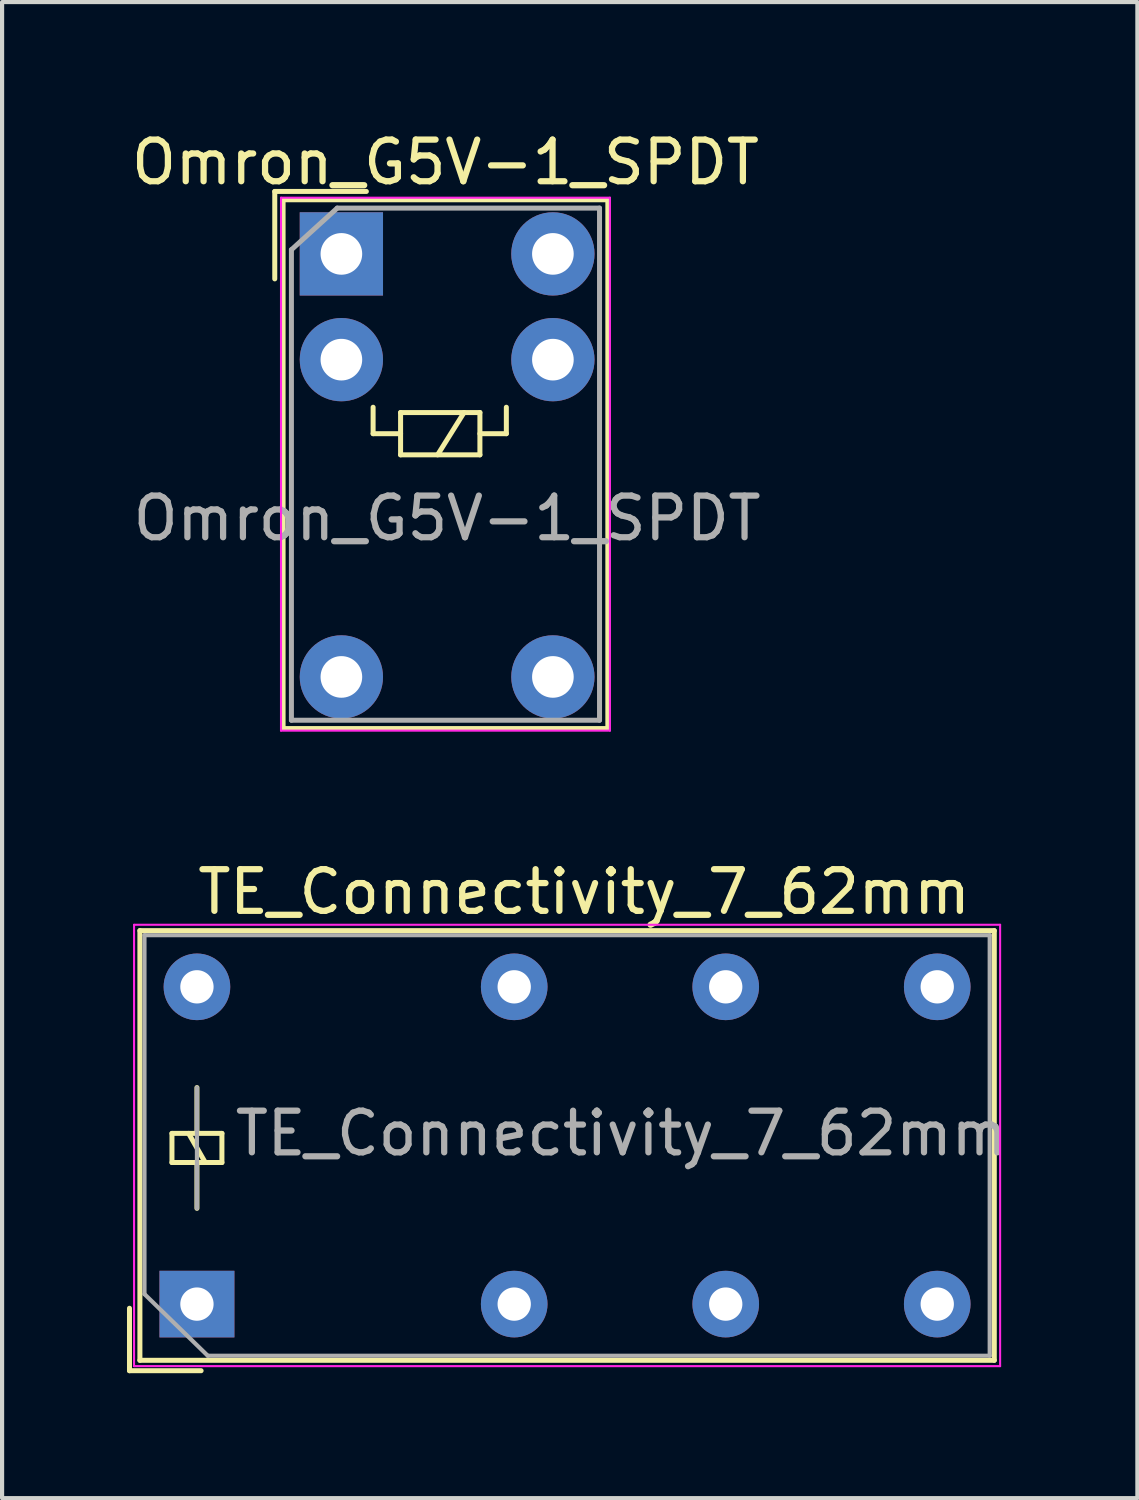
<source format=kicad_pcb>
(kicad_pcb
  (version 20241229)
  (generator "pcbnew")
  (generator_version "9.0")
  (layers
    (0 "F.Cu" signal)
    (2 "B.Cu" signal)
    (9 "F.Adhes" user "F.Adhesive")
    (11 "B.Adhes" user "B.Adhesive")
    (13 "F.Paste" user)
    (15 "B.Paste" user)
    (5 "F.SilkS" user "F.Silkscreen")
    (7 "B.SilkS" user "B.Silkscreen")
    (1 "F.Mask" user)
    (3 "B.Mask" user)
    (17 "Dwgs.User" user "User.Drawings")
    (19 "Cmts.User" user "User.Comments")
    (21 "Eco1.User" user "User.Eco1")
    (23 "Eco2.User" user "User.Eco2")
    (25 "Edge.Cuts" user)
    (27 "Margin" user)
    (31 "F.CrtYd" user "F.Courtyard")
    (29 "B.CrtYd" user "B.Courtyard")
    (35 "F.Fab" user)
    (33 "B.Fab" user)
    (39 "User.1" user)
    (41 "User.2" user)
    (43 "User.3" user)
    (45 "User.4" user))
  (footprint "Omron_G5V-1_SPDT"
    (layer "F.Cu")
    (at 5.149 3.048)
    (property "Reference" "Omron_G5V-1_SPDT" (at 2.5 -2.2 0) (layer "F.SilkS") (effects (font (size 1 1) (thickness 0.15))))
    (attr through_hole)
    (fp_line (start -1.6 -1.5) (end 0.6 -1.5) (stroke (width 0.12) (type solid)) (layer "F.SilkS"))
    (fp_line (start -1.6 0.6) (end -1.6 -1.5) (stroke (width 0.12) (type solid)) (layer "F.SilkS"))
    (fp_line (start -1.4 -1.3) (end 6.4 -1.3) (stroke (width 0.12) (type solid)) (layer "F.SilkS"))
    (fp_line (start -1.4 11.4) (end -1.4 -1.3) (stroke (width 0.12) (type solid)) (layer "F.SilkS"))
    (fp_line (start 0.762 3.683) (end 0.762 4.318) (stroke (width 0.12) (type solid)) (layer "F.SilkS"))
    (fp_line (start 0.762 4.318) (end 1.422 4.318) (stroke (width 0.12) (type solid)) (layer "F.SilkS"))
    (fp_line (start 1.422 3.81) (end 1.422 4.826) (stroke (width 0.12) (type solid)) (layer "F.SilkS"))
    (fp_line (start 1.422 4.826) (end 3.327 4.826) (stroke (width 0.12) (type solid)) (layer "F.SilkS"))
    (fp_line (start 2.946 3.81) (end 2.311 4.826) (stroke (width 0.12) (type solid)) (layer "F.SilkS"))
    (fp_line (start 3.327 3.81) (end 1.422 3.81) (stroke (width 0.12) (type solid)) (layer "F.SilkS"))
    (fp_line (start 3.327 3.81) (end 3.327 4.826) (stroke (width 0.12) (type solid)) (layer "F.SilkS"))
    (fp_line (start 3.962 3.683) (end 3.962 4.318) (stroke (width 0.12) (type solid)) (layer "F.SilkS"))
    (fp_line (start 3.962 4.318) (end 3.327 4.318) (stroke (width 0.12) (type solid)) (layer "F.SilkS"))
    (fp_line (start 6.4 -1.3) (end 6.4 11.4) (stroke (width 0.12) (type solid)) (layer "F.SilkS"))
    (fp_line (start 6.4 11.4) (end -1.4 11.4) (stroke (width 0.12) (type solid)) (layer "F.SilkS"))
    (fp_line (start -1.45 -1.35) (end -1.45 11.45) (stroke (width 0.05) (type solid)) (layer "F.CrtYd"))
    (fp_line (start -1.45 -1.35) (end 6.45 -1.35) (stroke (width 0.05) (type solid)) (layer "F.CrtYd"))
    (fp_line (start 6.45 11.45) (end -1.45 11.45) (stroke (width 0.05) (type solid)) (layer "F.CrtYd"))
    (fp_line (start 6.45 11.45) (end 6.45 -1.35) (stroke (width 0.05) (type solid)) (layer "F.CrtYd"))
    (fp_line (start -1.2 -0.1) (end -0.1 -1.1) (stroke (width 0.12) (type solid)) (layer "F.Fab"))
    (fp_line (start -1.2 11.2) (end -1.2 -0.1) (stroke (width 0.12) (type solid)) (layer "F.Fab"))
    (fp_line (start -0.1 -1.1) (end 6.2 -1.1) (stroke (width 0.12) (type solid)) (layer "F.Fab"))
    (fp_line (start 6.2 -1.1) (end 6.2 11.2) (stroke (width 0.12) (type solid)) (layer "F.Fab"))
    (fp_line (start 6.2 11.2) (end -1.2 11.2) (stroke (width 0.12) (type solid)) (layer "F.Fab"))
    (fp_text user "${REFERENCE}" (at 2.54 6.35 0) (layer "F.Fab") (effects (font (size 1 1) (thickness 0.15))))
    (pad "1" thru_hole rect (at 0 0) (size 2 2) (drill 1) (layers "*.Cu" "*.Mask"))
    (pad "2" thru_hole circle (at 0 2.54) (size 2 2) (drill 1) (layers "*.Cu" "*.Mask"))
    (pad "5" thru_hole circle (at 0 10.16) (size 2 2) (drill 1) (layers "*.Cu" "*.Mask"))
    (pad "6" thru_hole circle (at 5.08 10.16) (size 2 2) (drill 1) (layers "*.Cu" "*.Mask"))
    (pad "9" thru_hole circle (at 5.08 2.54) (size 2 2) (drill 1) (layers "*.Cu" "*.Mask"))
    (pad "10" thru_hole circle (at 5.08 0) (size 2 2) (drill 1) (layers "*.Cu" "*.Mask")))
  (footprint "TE_Connectivity_7_62mm"
    (layer "F.Cu")
    (at 1.68 28.271)
    (property "Reference" "TE_Connectivity_7_62mm" (at 9.3 -9.9 0) (layer "F.SilkS") (effects (font (size 1 1) (thickness 0.15))))
    (attr through_hole)
    (fp_line (start -1.62 1.6) (end -1.62 0.1) (stroke (width 0.12) (type solid)) (layer "F.SilkS"))
    (fp_line (start -1.37 -8.97) (end 19.15 -8.97) (stroke (width 0.12) (type solid)) (layer "F.SilkS"))
    (fp_line (start -1.37 1.35) (end -1.37 -8.97) (stroke (width 0.12) (type solid)) (layer "F.SilkS"))
    (fp_line (start -0.6 -4.1) (end -0.6 -3.4) (stroke (width 0.12) (type solid)) (layer "F.SilkS"))
    (fp_line (start -0.6 -3.4) (end 0.6 -3.4) (stroke (width 0.12) (type solid)) (layer "F.SilkS"))
    (fp_line (start 0 -4.1) (end 0 -5.2) (stroke (width 0.12) (type solid)) (layer "F.SilkS"))
    (fp_line (start 0 -3.4) (end 0 -2.3) (stroke (width 0.12) (type solid)) (layer "F.SilkS"))
    (fp_line (start 0.1 1.6) (end -1.62 1.6) (stroke (width 0.12) (type solid)) (layer "F.SilkS"))
    (fp_line (start 0.2 -3.4) (end -0.2 -4.1) (stroke (width 0.12) (type solid)) (layer "F.SilkS"))
    (fp_line (start 0.6 -4.1) (end -0.6 -4.1) (stroke (width 0.12) (type solid)) (layer "F.SilkS"))
    (fp_line (start 0.6 -3.4) (end 0.6 -4.1) (stroke (width 0.12) (type solid)) (layer "F.SilkS"))
    (fp_line (start 19.15 -8.97) (end 19.15 1.35) (stroke (width 0.12) (type solid)) (layer "F.SilkS"))
    (fp_line (start 19.15 1.35) (end -1.37 1.35) (stroke (width 0.12) (type solid)) (layer "F.SilkS"))
    (fp_line (start -1.51 -9.11) (end -1.51 1.49) (stroke (width 0.05) (type solid)) (layer "F.CrtYd"))
    (fp_line (start -1.51 -9.11) (end 19.29 -9.11) (stroke (width 0.05) (type solid)) (layer "F.CrtYd"))
    (fp_line (start 19.29 1.49) (end -1.51 1.49) (stroke (width 0.05) (type solid)) (layer "F.CrtYd"))
    (fp_line (start 19.29 1.49) (end 19.29 -9.11) (stroke (width 0.05) (type solid)) (layer "F.CrtYd"))
    (fp_line (start -1.26 -8.86) (end 19.04 -8.86) (stroke (width 0.1) (type solid)) (layer "F.Fab"))
    (fp_line (start -1.26 -0.24) (end -1.26 -8.86) (stroke (width 0.1) (type solid)) (layer "F.Fab"))
    (fp_line (start 0 -2.3) (end 0 -5.2) (stroke (width 0.1) (type solid)) (layer "F.Fab"))
    (fp_line (start 0.26 1.24) (end -1.26 -0.24) (stroke (width 0.1) (type solid)) (layer "F.Fab"))
    (fp_line (start 19.04 -8.86) (end 19.04 1.24) (stroke (width 0.1) (type solid)) (layer "F.Fab"))
    (fp_line (start 19.04 1.24) (end 0.26 1.24) (stroke (width 0.1) (type solid)) (layer "F.Fab"))
    (fp_text user "${REFERENCE}" (at 10.2 -4.1 180) (layer "F.Fab") (effects (font (size 1 1) (thickness 0.15))))
    (pad "1" thru_hole rect (at 0 0 90) (size 1.6 1.8) (drill 0.8) (layers "*.Cu" "*.Mask"))
    (pad "4" thru_hole circle (at 7.62 0 90) (size 1.6 1.6) (drill 0.8) (layers "*.Cu" "*.Mask"))
    (pad "6" thru_hole circle (at 12.7 0 90) (size 1.6 1.6) (drill 0.8) (layers "*.Cu" "*.Mask"))
    (pad "8" thru_hole circle (at 17.78 0 90) (size 1.6 1.6) (drill 0.8) (layers "*.Cu" "*.Mask"))
    (pad "9" thru_hole circle (at 17.78 -7.62 180) (size 1.6 1.6) (drill 0.8) (layers "*.Cu" "*.Mask"))
    (pad "11" thru_hole circle (at 12.7 -7.62 90) (size 1.6 1.6) (drill 0.8) (layers "*.Cu" "*.Mask"))
    (pad "13" thru_hole circle (at 7.62 -7.62 90) (size 1.6 1.6) (drill 0.8) (layers "*.Cu" "*.Mask"))
    (pad "16" thru_hole circle (at 0 -7.62 90) (size 1.6 1.6) (drill 0.8) (layers "*.Cu" "*.Mask")))
  (gr_rect
    (start -3 -3)
    (end 24.267 32.931)
    (stroke (width 0.1) (type default))
    (fill no)
    (layer "Edge.Cuts")))
</source>
